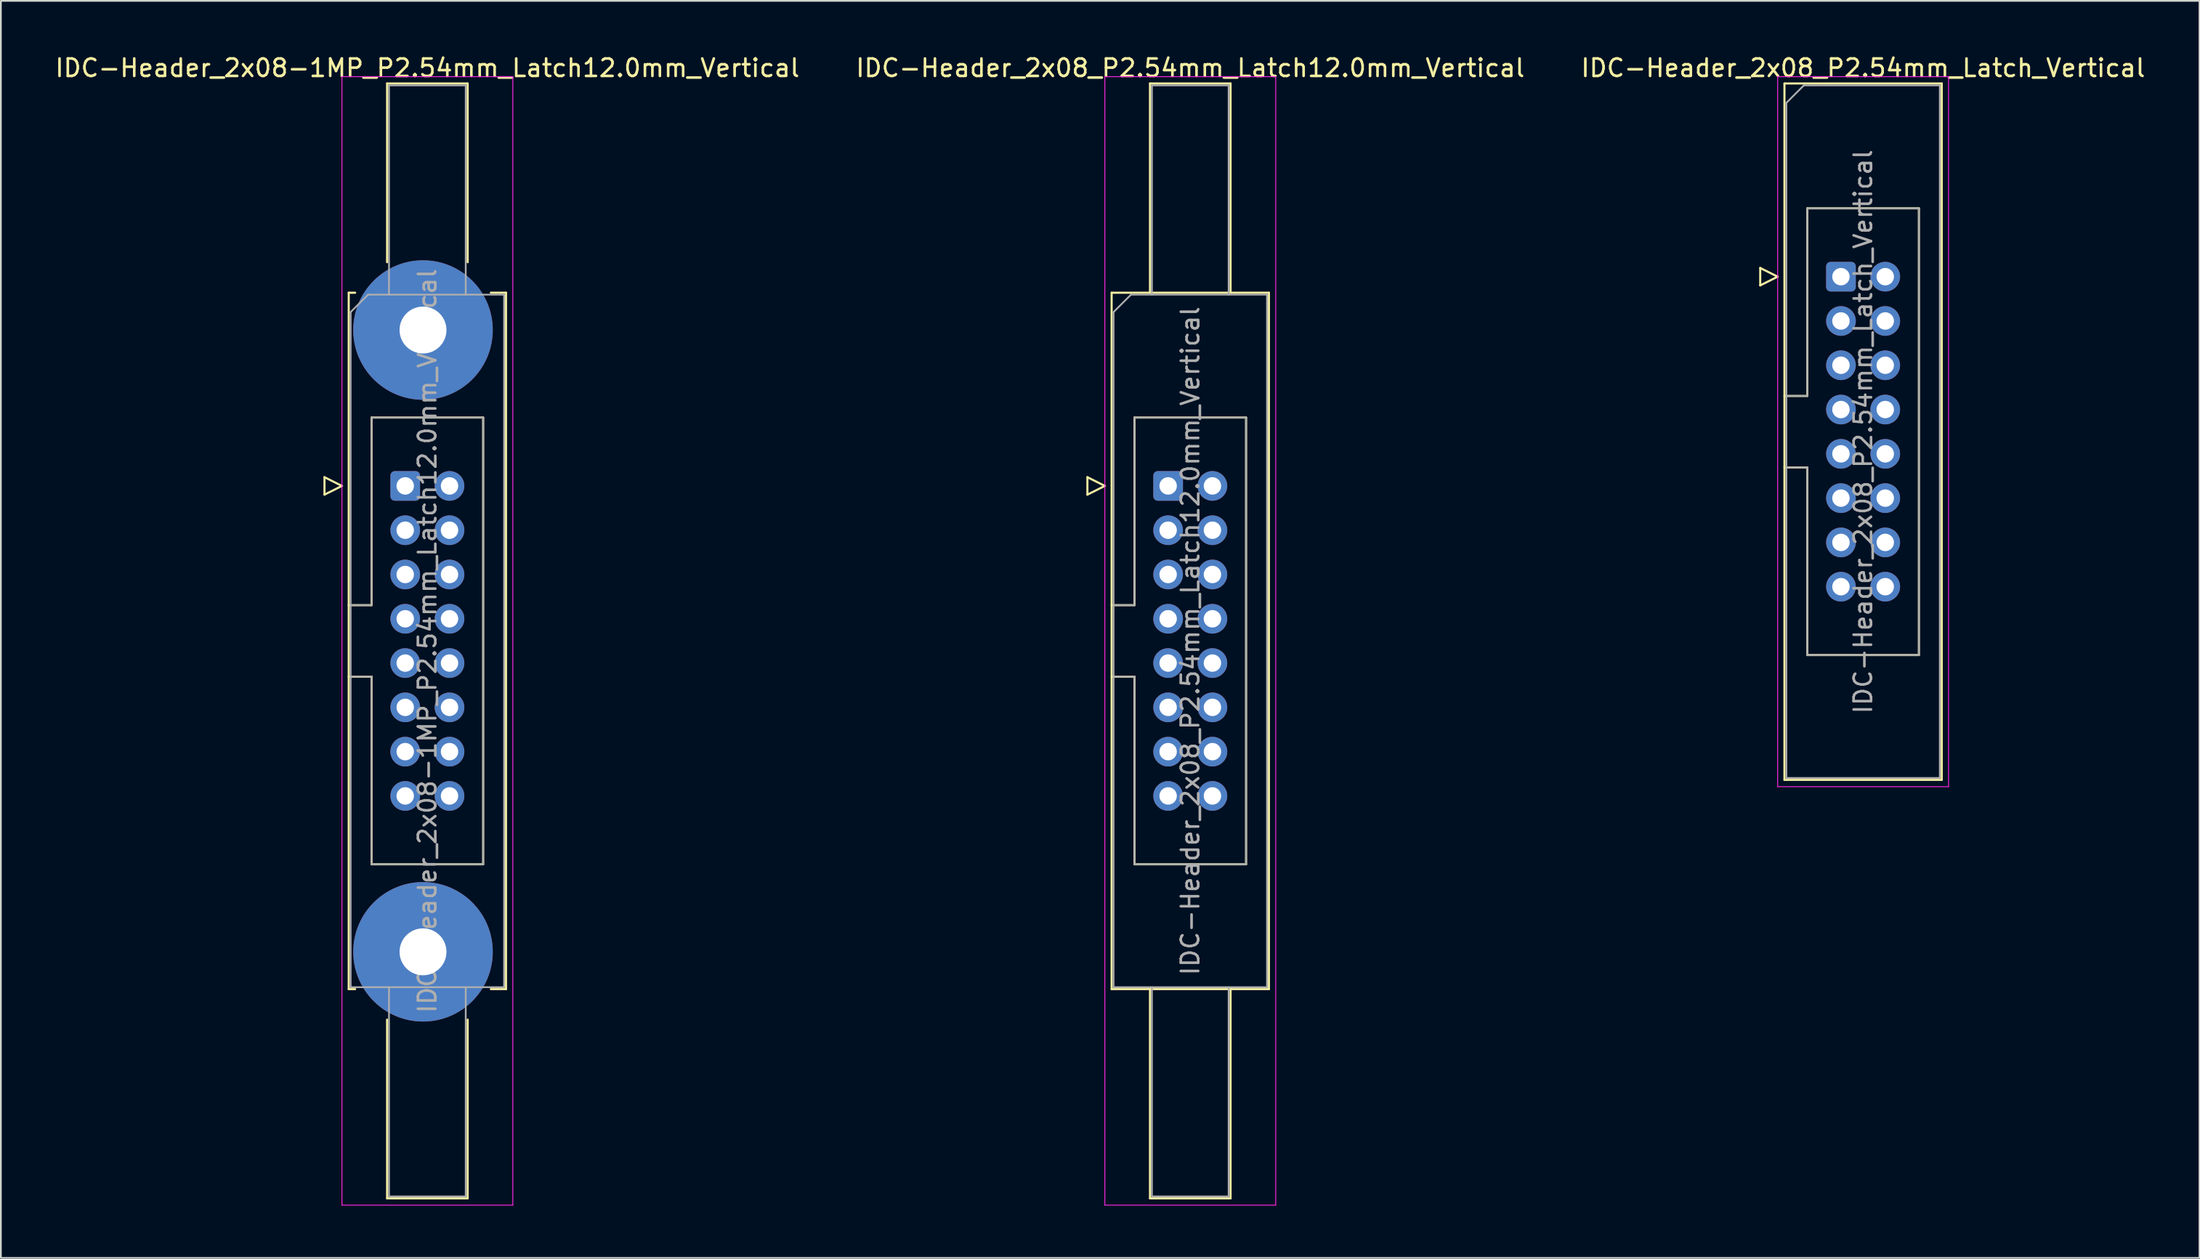
<source format=kicad_pcb>
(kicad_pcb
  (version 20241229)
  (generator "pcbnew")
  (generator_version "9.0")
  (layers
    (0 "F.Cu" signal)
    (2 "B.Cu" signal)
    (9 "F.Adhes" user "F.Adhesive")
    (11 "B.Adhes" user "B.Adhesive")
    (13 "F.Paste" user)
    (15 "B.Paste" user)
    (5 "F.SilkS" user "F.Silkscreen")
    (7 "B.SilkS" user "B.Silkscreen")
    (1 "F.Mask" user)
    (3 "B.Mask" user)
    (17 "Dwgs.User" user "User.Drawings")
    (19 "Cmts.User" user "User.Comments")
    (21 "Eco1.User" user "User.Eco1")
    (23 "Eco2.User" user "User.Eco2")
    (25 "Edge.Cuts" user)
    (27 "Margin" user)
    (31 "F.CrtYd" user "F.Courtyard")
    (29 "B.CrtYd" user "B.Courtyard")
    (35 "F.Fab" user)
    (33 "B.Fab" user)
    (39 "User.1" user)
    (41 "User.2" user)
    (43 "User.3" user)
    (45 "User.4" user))
  (footprint "IDC-Header_2x08-1MP_P2.54mm_Latch12.0mm_Vertical"
    (layer "F.Cu")
    (at 20.188 24.818)
    (property "Reference" "IDC-Header_2x08-1MP_P2.54mm_Latch12.0mm_Vertical" (at 1.27 -23.97 0) (layer "F.SilkS") (effects (font (size 1 1) (thickness 0.15))))
    (attr through_hole)
    (fp_line (start -4.63 -0.5) (end -4.63 0.5) (stroke (width 0.12) (type solid)) (layer "F.SilkS"))
    (fp_line (start -4.63 0.5) (end -3.63 0) (stroke (width 0.12) (type solid)) (layer "F.SilkS"))
    (fp_line (start -3.63 0) (end -4.63 -0.5) (stroke (width 0.12) (type solid)) (layer "F.SilkS"))
    (fp_line (start -3.24 -11.08) (end -3.24 28.86) (stroke (width 0.12) (type solid)) (layer "F.SilkS"))
    (fp_line (start -3.24 6.84) (end -1.93 6.84) (stroke (width 0.12) (type solid)) (layer "F.SilkS"))
    (fp_line (start -3.24 28.86) (end -2.87 28.86) (stroke (width 0.12) (type solid)) (layer "F.SilkS"))
    (fp_line (start -2.87 -11.08) (end -3.24 -11.08) (stroke (width 0.12) (type solid)) (layer "F.SilkS"))
    (fp_line (start -1.93 -3.92) (end 4.47 -3.92) (stroke (width 0.12) (type solid)) (layer "F.SilkS"))
    (fp_line (start -1.93 6.84) (end -1.93 -3.92) (stroke (width 0.12) (type solid)) (layer "F.SilkS"))
    (fp_line (start -1.93 10.94) (end -3.24 10.94) (stroke (width 0.12) (type solid)) (layer "F.SilkS"))
    (fp_line (start -1.93 10.94) (end -1.93 10.94) (stroke (width 0.12) (type solid)) (layer "F.SilkS"))
    (fp_line (start -1.93 21.7) (end -1.93 10.94) (stroke (width 0.12) (type solid)) (layer "F.SilkS"))
    (fp_line (start -1.04 -23.08) (end 3.58 -23.08) (stroke (width 0.12) (type solid)) (layer "F.SilkS"))
    (fp_line (start -1.04 -12.83) (end -1.04 -23.08) (stroke (width 0.12) (type solid)) (layer "F.SilkS"))
    (fp_line (start -1.04 30.61) (end -1.04 40.86) (stroke (width 0.12) (type solid)) (layer "F.SilkS"))
    (fp_line (start -1.04 40.86) (end 3.58 40.86) (stroke (width 0.12) (type solid)) (layer "F.SilkS"))
    (fp_line (start 3.58 -23.08) (end 3.58 -12.83) (stroke (width 0.12) (type solid)) (layer "F.SilkS"))
    (fp_line (start 3.58 40.86) (end 3.58 30.61) (stroke (width 0.12) (type solid)) (layer "F.SilkS"))
    (fp_line (start 4.47 -3.92) (end 4.47 21.7) (stroke (width 0.12) (type solid)) (layer "F.SilkS"))
    (fp_line (start 4.47 21.7) (end -1.93 21.7) (stroke (width 0.12) (type solid)) (layer "F.SilkS"))
    (fp_line (start 4.91 -11.08) (end 5.78 -11.08) (stroke (width 0.12) (type solid)) (layer "F.SilkS"))
    (fp_line (start 5.78 -11.08) (end 5.78 28.86) (stroke (width 0.12) (type solid)) (layer "F.SilkS"))
    (fp_line (start 5.78 28.86) (end 4.91 28.86) (stroke (width 0.12) (type solid)) (layer "F.SilkS"))
    (fp_line (start -3.63 -23.47) (end -3.63 41.25) (stroke (width 0.05) (type solid)) (layer "F.CrtYd"))
    (fp_line (start -3.63 41.25) (end 6.17 41.25) (stroke (width 0.05) (type solid)) (layer "F.CrtYd"))
    (fp_line (start 6.17 -23.47) (end -3.63 -23.47) (stroke (width 0.05) (type solid)) (layer "F.CrtYd"))
    (fp_line (start 6.17 41.25) (end 6.17 -23.47) (stroke (width 0.05) (type solid)) (layer "F.CrtYd"))
    (fp_line (start -3.13 -9.97) (end -2.13 -10.97) (stroke (width 0.1) (type solid)) (layer "F.Fab"))
    (fp_line (start -3.13 6.84) (end -1.93 6.84) (stroke (width 0.1) (type solid)) (layer "F.Fab"))
    (fp_line (start -3.13 28.75) (end -3.13 -9.97) (stroke (width 0.1) (type solid)) (layer "F.Fab"))
    (fp_line (start -2.13 -10.97) (end 5.67 -10.97) (stroke (width 0.1) (type solid)) (layer "F.Fab"))
    (fp_line (start -1.93 -3.92) (end 4.47 -3.92) (stroke (width 0.1) (type solid)) (layer "F.Fab"))
    (fp_line (start -1.93 6.84) (end -1.93 -3.92) (stroke (width 0.1) (type solid)) (layer "F.Fab"))
    (fp_line (start -1.93 10.94) (end -3.13 10.94) (stroke (width 0.1) (type solid)) (layer "F.Fab"))
    (fp_line (start -1.93 10.94) (end -1.93 10.94) (stroke (width 0.1) (type solid)) (layer "F.Fab"))
    (fp_line (start -1.93 21.7) (end -1.93 10.94) (stroke (width 0.1) (type solid)) (layer "F.Fab"))
    (fp_line (start -0.93 -22.97) (end 3.47 -22.97) (stroke (width 0.1) (type solid)) (layer "F.Fab"))
    (fp_line (start -0.93 -10.97) (end -0.93 -22.97) (stroke (width 0.1) (type solid)) (layer "F.Fab"))
    (fp_line (start -0.93 28.75) (end -0.93 40.75) (stroke (width 0.1) (type solid)) (layer "F.Fab"))
    (fp_line (start -0.93 40.75) (end 3.47 40.75) (stroke (width 0.1) (type solid)) (layer "F.Fab"))
    (fp_line (start 3.47 -22.97) (end 3.47 -10.97) (stroke (width 0.1) (type solid)) (layer "F.Fab"))
    (fp_line (start 3.47 40.75) (end 3.47 28.75) (stroke (width 0.1) (type solid)) (layer "F.Fab"))
    (fp_line (start 4.47 -3.92) (end 4.47 21.7) (stroke (width 0.1) (type solid)) (layer "F.Fab"))
    (fp_line (start 4.47 21.7) (end -1.93 21.7) (stroke (width 0.1) (type solid)) (layer "F.Fab"))
    (fp_line (start 5.67 -10.97) (end 5.67 28.75) (stroke (width 0.1) (type solid)) (layer "F.Fab"))
    (fp_line (start 5.67 28.75) (end -3.13 28.75) (stroke (width 0.1) (type solid)) (layer "F.Fab"))
    (fp_text user "${REFERENCE}" (at 1.27 8.89 90) (layer "F.Fab") (effects (font (size 1 1) (thickness 0.15))))
    (pad "1" thru_hole roundrect (at 0 0) (size 1.7 1.7) (drill 1) (layers "*.Cu" "*.Mask") (roundrect_rratio 0.147))
    (pad "2" thru_hole circle (at 2.54 0) (size 1.7 1.7) (drill 1) (layers "*.Cu" "*.Mask"))
    (pad "3" thru_hole circle (at 0 2.54) (size 1.7 1.7) (drill 1) (layers "*.Cu" "*.Mask"))
    (pad "4" thru_hole circle (at 2.54 2.54) (size 1.7 1.7) (drill 1) (layers "*.Cu" "*.Mask"))
    (pad "5" thru_hole circle (at 0 5.08) (size 1.7 1.7) (drill 1) (layers "*.Cu" "*.Mask"))
    (pad "6" thru_hole circle (at 2.54 5.08) (size 1.7 1.7) (drill 1) (layers "*.Cu" "*.Mask"))
    (pad "7" thru_hole circle (at 0 7.62) (size 1.7 1.7) (drill 1) (layers "*.Cu" "*.Mask"))
    (pad "8" thru_hole circle (at 2.54 7.62) (size 1.7 1.7) (drill 1) (layers "*.Cu" "*.Mask"))
    (pad "9" thru_hole circle (at 0 10.16) (size 1.7 1.7) (drill 1) (layers "*.Cu" "*.Mask"))
    (pad "10" thru_hole circle (at 2.54 10.16) (size 1.7 1.7) (drill 1) (layers "*.Cu" "*.Mask"))
    (pad "11" thru_hole circle (at 0 12.7) (size 1.7 1.7) (drill 1) (layers "*.Cu" "*.Mask"))
    (pad "12" thru_hole circle (at 2.54 12.7) (size 1.7 1.7) (drill 1) (layers "*.Cu" "*.Mask"))
    (pad "13" thru_hole circle (at 0 15.24) (size 1.7 1.7) (drill 1) (layers "*.Cu" "*.Mask"))
    (pad "14" thru_hole circle (at 2.54 15.24) (size 1.7 1.7) (drill 1) (layers "*.Cu" "*.Mask"))
    (pad "15" thru_hole circle (at 0 17.78) (size 1.7 1.7) (drill 1) (layers "*.Cu" "*.Mask"))
    (pad "16" thru_hole circle (at 2.54 17.78) (size 1.7 1.7) (drill 1) (layers "*.Cu" "*.Mask"))
    (pad "MP" thru_hole circle (at 1.02 -8.94) (size 8 8) (drill 2.69) (layers "*.Cu" "*.Mask"))
    (pad "MP" thru_hole circle (at 1.02 26.72) (size 8 8) (drill 2.69) (layers "*.Cu" "*.Mask")))
  (footprint "IDC-Header_2x08_P2.54mm_Latch_Vertical"
    (layer "F.Cu")
    (at 102.522 12.818)
    (property "Reference" "IDC-Header_2x08_P2.54mm_Latch_Vertical" (at 1.27 -11.97 0) (layer "F.SilkS") (effects (font (size 1 1) (thickness 0.15))))
    (attr through_hole)
    (fp_line (start -4.63 -0.5) (end -4.63 0.5) (stroke (width 0.12) (type solid)) (layer "F.SilkS"))
    (fp_line (start -4.63 0.5) (end -3.63 0) (stroke (width 0.12) (type solid)) (layer "F.SilkS"))
    (fp_line (start -3.63 0) (end -4.63 -0.5) (stroke (width 0.12) (type solid)) (layer "F.SilkS"))
    (fp_line (start -3.24 -11.08) (end 5.78 -11.08) (stroke (width 0.12) (type solid)) (layer "F.SilkS"))
    (fp_line (start -3.24 6.84) (end -1.93 6.84) (stroke (width 0.12) (type solid)) (layer "F.SilkS"))
    (fp_line (start -3.24 28.86) (end -3.24 -11.08) (stroke (width 0.12) (type solid)) (layer "F.SilkS"))
    (fp_line (start -1.93 -3.92) (end 4.47 -3.92) (stroke (width 0.12) (type solid)) (layer "F.SilkS"))
    (fp_line (start -1.93 6.84) (end -1.93 -3.92) (stroke (width 0.12) (type solid)) (layer "F.SilkS"))
    (fp_line (start -1.93 10.94) (end -3.24 10.94) (stroke (width 0.12) (type solid)) (layer "F.SilkS"))
    (fp_line (start -1.93 10.94) (end -1.93 10.94) (stroke (width 0.12) (type solid)) (layer "F.SilkS"))
    (fp_line (start -1.93 21.7) (end -1.93 10.94) (stroke (width 0.12) (type solid)) (layer "F.SilkS"))
    (fp_line (start 4.47 -3.92) (end 4.47 21.7) (stroke (width 0.12) (type solid)) (layer "F.SilkS"))
    (fp_line (start 4.47 21.7) (end -1.93 21.7) (stroke (width 0.12) (type solid)) (layer "F.SilkS"))
    (fp_line (start 5.78 -11.08) (end 5.78 28.86) (stroke (width 0.12) (type solid)) (layer "F.SilkS"))
    (fp_line (start 5.78 28.86) (end -3.24 28.86) (stroke (width 0.12) (type solid)) (layer "F.SilkS"))
    (fp_line (start -3.63 -11.47) (end -3.63 29.25) (stroke (width 0.05) (type solid)) (layer "F.CrtYd"))
    (fp_line (start -3.63 29.25) (end 6.17 29.25) (stroke (width 0.05) (type solid)) (layer "F.CrtYd"))
    (fp_line (start 6.17 -11.47) (end -3.63 -11.47) (stroke (width 0.05) (type solid)) (layer "F.CrtYd"))
    (fp_line (start 6.17 29.25) (end 6.17 -11.47) (stroke (width 0.05) (type solid)) (layer "F.CrtYd"))
    (fp_line (start -3.13 -9.97) (end -2.13 -10.97) (stroke (width 0.1) (type solid)) (layer "F.Fab"))
    (fp_line (start -3.13 6.84) (end -1.93 6.84) (stroke (width 0.1) (type solid)) (layer "F.Fab"))
    (fp_line (start -3.13 28.75) (end -3.13 -9.97) (stroke (width 0.1) (type solid)) (layer "F.Fab"))
    (fp_line (start -2.13 -10.97) (end 5.67 -10.97) (stroke (width 0.1) (type solid)) (layer "F.Fab"))
    (fp_line (start -1.93 -3.92) (end 4.47 -3.92) (stroke (width 0.1) (type solid)) (layer "F.Fab"))
    (fp_line (start -1.93 6.84) (end -1.93 -3.92) (stroke (width 0.1) (type solid)) (layer "F.Fab"))
    (fp_line (start -1.93 10.94) (end -3.13 10.94) (stroke (width 0.1) (type solid)) (layer "F.Fab"))
    (fp_line (start -1.93 10.94) (end -1.93 10.94) (stroke (width 0.1) (type solid)) (layer "F.Fab"))
    (fp_line (start -1.93 21.7) (end -1.93 10.94) (stroke (width 0.1) (type solid)) (layer "F.Fab"))
    (fp_line (start 4.47 -3.92) (end 4.47 21.7) (stroke (width 0.1) (type solid)) (layer "F.Fab"))
    (fp_line (start 4.47 21.7) (end -1.93 21.7) (stroke (width 0.1) (type solid)) (layer "F.Fab"))
    (fp_line (start 5.67 -10.97) (end 5.67 28.75) (stroke (width 0.1) (type solid)) (layer "F.Fab"))
    (fp_line (start 5.67 28.75) (end -3.13 28.75) (stroke (width 0.1) (type solid)) (layer "F.Fab"))
    (fp_text user "${REFERENCE}" (at 1.27 8.89 90) (layer "F.Fab") (effects (font (size 1 1) (thickness 0.15))))
    (pad "1" thru_hole roundrect (at 0 0) (size 1.7 1.7) (drill 1) (layers "*.Cu" "*.Mask") (roundrect_rratio 0.147))
    (pad "2" thru_hole circle (at 2.54 0) (size 1.7 1.7) (drill 1) (layers "*.Cu" "*.Mask"))
    (pad "3" thru_hole circle (at 0 2.54) (size 1.7 1.7) (drill 1) (layers "*.Cu" "*.Mask"))
    (pad "4" thru_hole circle (at 2.54 2.54) (size 1.7 1.7) (drill 1) (layers "*.Cu" "*.Mask"))
    (pad "5" thru_hole circle (at 0 5.08) (size 1.7 1.7) (drill 1) (layers "*.Cu" "*.Mask"))
    (pad "6" thru_hole circle (at 2.54 5.08) (size 1.7 1.7) (drill 1) (layers "*.Cu" "*.Mask"))
    (pad "7" thru_hole circle (at 0 7.62) (size 1.7 1.7) (drill 1) (layers "*.Cu" "*.Mask"))
    (pad "8" thru_hole circle (at 2.54 7.62) (size 1.7 1.7) (drill 1) (layers "*.Cu" "*.Mask"))
    (pad "9" thru_hole circle (at 0 10.16) (size 1.7 1.7) (drill 1) (layers "*.Cu" "*.Mask"))
    (pad "10" thru_hole circle (at 2.54 10.16) (size 1.7 1.7) (drill 1) (layers "*.Cu" "*.Mask"))
    (pad "11" thru_hole circle (at 0 12.7) (size 1.7 1.7) (drill 1) (layers "*.Cu" "*.Mask"))
    (pad "12" thru_hole circle (at 2.54 12.7) (size 1.7 1.7) (drill 1) (layers "*.Cu" "*.Mask"))
    (pad "13" thru_hole circle (at 0 15.24) (size 1.7 1.7) (drill 1) (layers "*.Cu" "*.Mask"))
    (pad "14" thru_hole circle (at 2.54 15.24) (size 1.7 1.7) (drill 1) (layers "*.Cu" "*.Mask"))
    (pad "15" thru_hole circle (at 0 17.78) (size 1.7 1.7) (drill 1) (layers "*.Cu" "*.Mask"))
    (pad "16" thru_hole circle (at 2.54 17.78) (size 1.7 1.7) (drill 1) (layers "*.Cu" "*.Mask")))
  (footprint "IDC-Header_2x08_P2.54mm_Latch12.0mm_Vertical"
    (layer "F.Cu")
    (at 63.938 24.818)
    (property "Reference" "IDC-Header_2x08_P2.54mm_Latch12.0mm_Vertical" (at 1.27 -23.97 0) (layer "F.SilkS") (effects (font (size 1 1) (thickness 0.15))))
    (attr through_hole)
    (fp_line (start -4.63 -0.5) (end -4.63 0.5) (stroke (width 0.12) (type solid)) (layer "F.SilkS"))
    (fp_line (start -4.63 0.5) (end -3.63 0) (stroke (width 0.12) (type solid)) (layer "F.SilkS"))
    (fp_line (start -3.63 0) (end -4.63 -0.5) (stroke (width 0.12) (type solid)) (layer "F.SilkS"))
    (fp_line (start -3.24 -11.08) (end 5.78 -11.08) (stroke (width 0.12) (type solid)) (layer "F.SilkS"))
    (fp_line (start -3.24 6.84) (end -1.93 6.84) (stroke (width 0.12) (type solid)) (layer "F.SilkS"))
    (fp_line (start -3.24 28.86) (end -3.24 -11.08) (stroke (width 0.12) (type solid)) (layer "F.SilkS"))
    (fp_line (start -1.93 -3.92) (end 4.47 -3.92) (stroke (width 0.12) (type solid)) (layer "F.SilkS"))
    (fp_line (start -1.93 6.84) (end -1.93 -3.92) (stroke (width 0.12) (type solid)) (layer "F.SilkS"))
    (fp_line (start -1.93 10.94) (end -3.24 10.94) (stroke (width 0.12) (type solid)) (layer "F.SilkS"))
    (fp_line (start -1.93 10.94) (end -1.93 10.94) (stroke (width 0.12) (type solid)) (layer "F.SilkS"))
    (fp_line (start -1.93 21.7) (end -1.93 10.94) (stroke (width 0.12) (type solid)) (layer "F.SilkS"))
    (fp_line (start -1.04 -23.08) (end 3.58 -23.08) (stroke (width 0.12) (type solid)) (layer "F.SilkS"))
    (fp_line (start -1.04 -11.08) (end -1.04 -23.08) (stroke (width 0.12) (type solid)) (layer "F.SilkS"))
    (fp_line (start -1.04 28.86) (end -1.04 40.86) (stroke (width 0.12) (type solid)) (layer "F.SilkS"))
    (fp_line (start -1.04 40.86) (end 3.58 40.86) (stroke (width 0.12) (type solid)) (layer "F.SilkS"))
    (fp_line (start 3.58 -23.08) (end 3.58 -11.08) (stroke (width 0.12) (type solid)) (layer "F.SilkS"))
    (fp_line (start 3.58 40.86) (end 3.58 28.86) (stroke (width 0.12) (type solid)) (layer "F.SilkS"))
    (fp_line (start 4.47 -3.92) (end 4.47 21.7) (stroke (width 0.12) (type solid)) (layer "F.SilkS"))
    (fp_line (start 4.47 21.7) (end -1.93 21.7) (stroke (width 0.12) (type solid)) (layer "F.SilkS"))
    (fp_line (start 5.78 -11.08) (end 5.78 28.86) (stroke (width 0.12) (type solid)) (layer "F.SilkS"))
    (fp_line (start 5.78 28.86) (end -3.24 28.86) (stroke (width 0.12) (type solid)) (layer "F.SilkS"))
    (fp_line (start -3.63 -23.47) (end -3.63 41.25) (stroke (width 0.05) (type solid)) (layer "F.CrtYd"))
    (fp_line (start -3.63 41.25) (end 6.17 41.25) (stroke (width 0.05) (type solid)) (layer "F.CrtYd"))
    (fp_line (start 6.17 -23.47) (end -3.63 -23.47) (stroke (width 0.05) (type solid)) (layer "F.CrtYd"))
    (fp_line (start 6.17 41.25) (end 6.17 -23.47) (stroke (width 0.05) (type solid)) (layer "F.CrtYd"))
    (fp_line (start -3.13 -9.97) (end -2.13 -10.97) (stroke (width 0.1) (type solid)) (layer "F.Fab"))
    (fp_line (start -3.13 6.84) (end -1.93 6.84) (stroke (width 0.1) (type solid)) (layer "F.Fab"))
    (fp_line (start -3.13 28.75) (end -3.13 -9.97) (stroke (width 0.1) (type solid)) (layer "F.Fab"))
    (fp_line (start -2.13 -10.97) (end 5.67 -10.97) (stroke (width 0.1) (type solid)) (layer "F.Fab"))
    (fp_line (start -1.93 -3.92) (end 4.47 -3.92) (stroke (width 0.1) (type solid)) (layer "F.Fab"))
    (fp_line (start -1.93 6.84) (end -1.93 -3.92) (stroke (width 0.1) (type solid)) (layer "F.Fab"))
    (fp_line (start -1.93 10.94) (end -3.13 10.94) (stroke (width 0.1) (type solid)) (layer "F.Fab"))
    (fp_line (start -1.93 10.94) (end -1.93 10.94) (stroke (width 0.1) (type solid)) (layer "F.Fab"))
    (fp_line (start -1.93 21.7) (end -1.93 10.94) (stroke (width 0.1) (type solid)) (layer "F.Fab"))
    (fp_line (start -0.93 -22.97) (end 3.47 -22.97) (stroke (width 0.1) (type solid)) (layer "F.Fab"))
    (fp_line (start -0.93 -10.97) (end -0.93 -22.97) (stroke (width 0.1) (type solid)) (layer "F.Fab"))
    (fp_line (start -0.93 28.75) (end -0.93 40.75) (stroke (width 0.1) (type solid)) (layer "F.Fab"))
    (fp_line (start -0.93 40.75) (end 3.47 40.75) (stroke (width 0.1) (type solid)) (layer "F.Fab"))
    (fp_line (start 3.47 -22.97) (end 3.47 -10.97) (stroke (width 0.1) (type solid)) (layer "F.Fab"))
    (fp_line (start 3.47 40.75) (end 3.47 28.75) (stroke (width 0.1) (type solid)) (layer "F.Fab"))
    (fp_line (start 4.47 -3.92) (end 4.47 21.7) (stroke (width 0.1) (type solid)) (layer "F.Fab"))
    (fp_line (start 4.47 21.7) (end -1.93 21.7) (stroke (width 0.1) (type solid)) (layer "F.Fab"))
    (fp_line (start 5.67 -10.97) (end 5.67 28.75) (stroke (width 0.1) (type solid)) (layer "F.Fab"))
    (fp_line (start 5.67 28.75) (end -3.13 28.75) (stroke (width 0.1) (type solid)) (layer "F.Fab"))
    (fp_text user "${REFERENCE}" (at 1.27 8.89 90) (layer "F.Fab") (effects (font (size 1 1) (thickness 0.15))))
    (pad "1" thru_hole roundrect (at 0 0) (size 1.7 1.7) (drill 1) (layers "*.Cu" "*.Mask") (roundrect_rratio 0.147))
    (pad "2" thru_hole circle (at 2.54 0) (size 1.7 1.7) (drill 1) (layers "*.Cu" "*.Mask"))
    (pad "3" thru_hole circle (at 0 2.54) (size 1.7 1.7) (drill 1) (layers "*.Cu" "*.Mask"))
    (pad "4" thru_hole circle (at 2.54 2.54) (size 1.7 1.7) (drill 1) (layers "*.Cu" "*.Mask"))
    (pad "5" thru_hole circle (at 0 5.08) (size 1.7 1.7) (drill 1) (layers "*.Cu" "*.Mask"))
    (pad "6" thru_hole circle (at 2.54 5.08) (size 1.7 1.7) (drill 1) (layers "*.Cu" "*.Mask"))
    (pad "7" thru_hole circle (at 0 7.62) (size 1.7 1.7) (drill 1) (layers "*.Cu" "*.Mask"))
    (pad "8" thru_hole circle (at 2.54 7.62) (size 1.7 1.7) (drill 1) (layers "*.Cu" "*.Mask"))
    (pad "9" thru_hole circle (at 0 10.16) (size 1.7 1.7) (drill 1) (layers "*.Cu" "*.Mask"))
    (pad "10" thru_hole circle (at 2.54 10.16) (size 1.7 1.7) (drill 1) (layers "*.Cu" "*.Mask"))
    (pad "11" thru_hole circle (at 0 12.7) (size 1.7 1.7) (drill 1) (layers "*.Cu" "*.Mask"))
    (pad "12" thru_hole circle (at 2.54 12.7) (size 1.7 1.7) (drill 1) (layers "*.Cu" "*.Mask"))
    (pad "13" thru_hole circle (at 0 15.24) (size 1.7 1.7) (drill 1) (layers "*.Cu" "*.Mask"))
    (pad "14" thru_hole circle (at 2.54 15.24) (size 1.7 1.7) (drill 1) (layers "*.Cu" "*.Mask"))
    (pad "15" thru_hole circle (at 0 17.78) (size 1.7 1.7) (drill 1) (layers "*.Cu" "*.Mask"))
    (pad "16" thru_hole circle (at 2.54 17.78) (size 1.7 1.7) (drill 1) (layers "*.Cu" "*.Mask")))
  (gr_rect
    (start -3 -3)
    (end 123.083 69.093)
    (stroke (width 0.1) (type default))
    (fill no)
    (layer "Edge.Cuts")))
</source>
